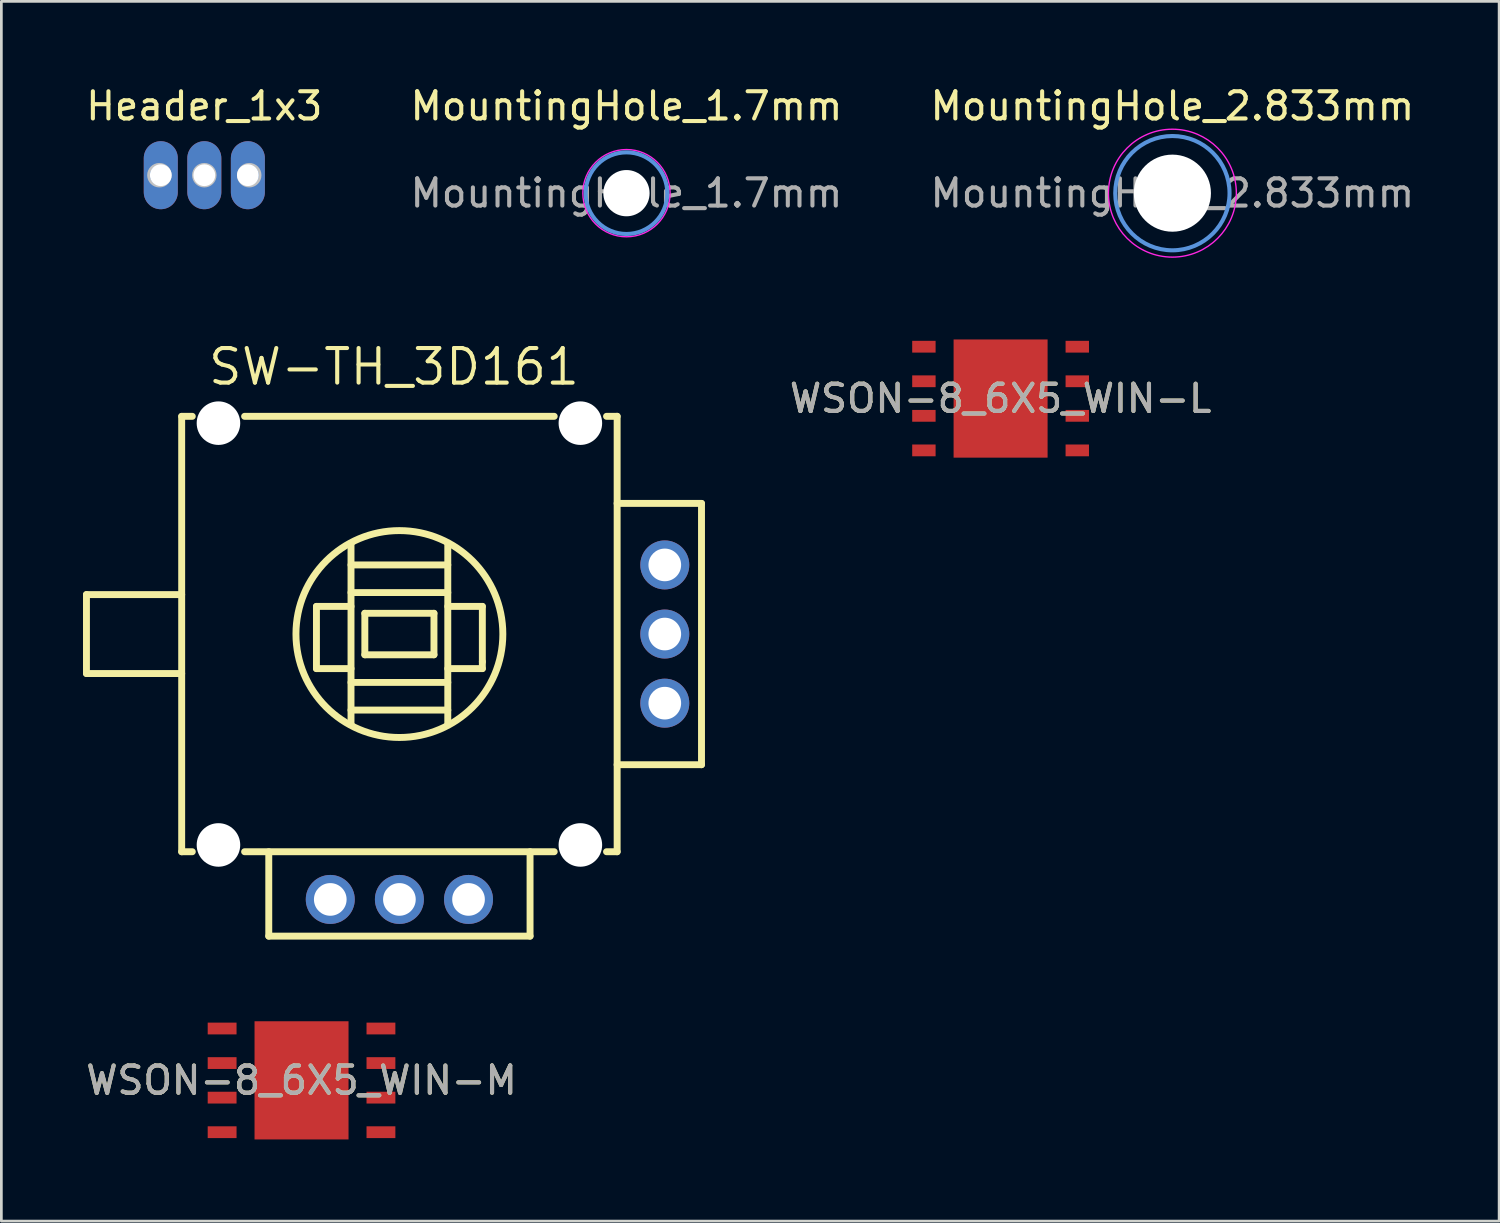
<source format=kicad_pcb>
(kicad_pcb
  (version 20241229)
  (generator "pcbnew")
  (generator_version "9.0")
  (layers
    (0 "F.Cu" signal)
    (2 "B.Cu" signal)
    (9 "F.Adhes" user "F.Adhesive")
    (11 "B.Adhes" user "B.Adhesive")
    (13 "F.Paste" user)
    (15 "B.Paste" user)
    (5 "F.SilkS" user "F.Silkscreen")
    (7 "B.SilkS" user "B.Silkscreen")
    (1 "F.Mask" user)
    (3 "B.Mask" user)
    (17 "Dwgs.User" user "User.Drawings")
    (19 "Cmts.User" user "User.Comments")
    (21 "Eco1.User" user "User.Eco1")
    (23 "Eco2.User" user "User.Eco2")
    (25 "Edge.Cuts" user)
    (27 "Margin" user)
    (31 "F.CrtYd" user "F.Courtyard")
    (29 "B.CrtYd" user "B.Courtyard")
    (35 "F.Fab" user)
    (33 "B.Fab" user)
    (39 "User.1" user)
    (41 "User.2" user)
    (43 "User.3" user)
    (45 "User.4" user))
  (footprint "Header_1x3"
    (layer "F.Cu")
    (at 4.458 3.388)
    (property "Reference" "Header_1x3" (at 0 -2.54 0) (layer "F.SilkS") (effects (font (size 1 1) (thickness 0.15))))
    (attr through_hole)
    (fp_circle (center -1.65 0) (end -1.25 0) (stroke (width 0.1) (type solid)) (fill no) (layer "Dwgs.User"))
    (fp_circle (center 0 0) (end 0.4 0) (stroke (width 0.1) (type solid)) (fill no) (layer "Dwgs.User"))
    (fp_circle (center 1.65 0) (end 2.05 0) (stroke (width 0.1) (type solid)) (fill no) (layer "Dwgs.User"))
    (pad "1" thru_hole oval (at -1.6 0 180) (size 1.25 2.5) (drill 0.8) (layers "*.Cu" "*.Mask"))
    (pad "2" thru_hole oval (at 0 0 180) (size 1.25 2.5) (drill 0.8) (layers "*.Cu" "*.Mask"))
    (pad "3" thru_hole oval (at 1.6 0 180) (size 1.25 2.5) (drill 0.8) (layers "*.Cu" "*.Mask")))
  (footprint "SW-TH_3D161"
    (layer "F.Cu")
    (at 15.232 23.854)
    (property "Reference" "SW-TH_3D161" (at -3.805 -13.425 0) (layer "F.SilkS") (effects (font (size 1.27 1.27) (thickness 0.15))))
    (attr through_hole)
    (fp_line (start -15.105 -5.056) (end -15.105 -2.155) (stroke (width 0.254) (type solid)) (layer "F.SilkS"))
    (fp_line (start -15.105 -5.056) (end -11.606 -5.056) (stroke (width 0.254) (type solid)) (layer "F.SilkS"))
    (fp_line (start -15.105 -2.155) (end -11.606 -2.155) (stroke (width 0.254) (type solid)) (layer "F.SilkS"))
    (fp_line (start -11.606 -11.606) (end -11.216 -11.606) (stroke (width 0.254) (type solid)) (layer "F.SilkS"))
    (fp_line (start -11.606 4.395) (end -11.606 -11.604) (stroke (width 0.254) (type solid)) (layer "F.SilkS"))
    (fp_line (start -11.216 4.393) (end -11.606 4.393) (stroke (width 0.254) (type solid)) (layer "F.SilkS"))
    (fp_line (start -9.294 -11.606) (end 2.083 -11.606) (stroke (width 0.254) (type solid)) (layer "F.SilkS"))
    (fp_line (start -8.406 4.394) (end -8.406 7.495) (stroke (width 0.254) (type solid)) (layer "F.SilkS"))
    (fp_line (start -6.654 -4.622) (end -6.654 -2.336) (stroke (width 0.254) (type solid)) (layer "F.SilkS"))
    (fp_line (start -6.654 -2.336) (end -5.384 -2.336) (stroke (width 0.254) (type solid)) (layer "F.SilkS"))
    (fp_line (start -5.384 -6.908) (end -5.384 -0.304) (stroke (width 0.254) (type solid)) (layer "F.SilkS"))
    (fp_line (start -5.384 -6.146) (end -1.828 -6.146) (stroke (width 0.254) (type solid)) (layer "F.SilkS"))
    (fp_line (start -5.384 -5.13) (end -1.828 -5.13) (stroke (width 0.254) (type solid)) (layer "F.SilkS"))
    (fp_line (start -5.384 -4.622) (end -6.654 -4.622) (stroke (width 0.254) (type solid)) (layer "F.SilkS"))
    (fp_line (start -5.384 -1.828) (end -1.828 -1.828) (stroke (width 0.254) (type solid)) (layer "F.SilkS"))
    (fp_line (start -5.384 -0.812) (end -1.828 -0.812) (stroke (width 0.254) (type solid)) (layer "F.SilkS"))
    (fp_line (start -4.876 -4.368) (end -2.336 -4.368) (stroke (width 0.254) (type solid)) (layer "F.SilkS"))
    (fp_line (start -4.876 -2.844) (end -4.876 -4.368) (stroke (width 0.254) (type solid)) (layer "F.SilkS"))
    (fp_line (start -2.336 -4.368) (end -2.336 -2.844) (stroke (width 0.254) (type solid)) (layer "F.SilkS"))
    (fp_line (start -2.336 -2.844) (end -4.876 -2.844) (stroke (width 0.254) (type solid)) (layer "F.SilkS"))
    (fp_line (start -1.828 -6.908) (end -1.828 -0.304) (stroke (width 0.254) (type solid)) (layer "F.SilkS"))
    (fp_line (start -1.828 -4.622) (end -0.558 -4.622) (stroke (width 0.254) (type solid)) (layer "F.SilkS"))
    (fp_line (start -0.558 -4.622) (end -0.558 -2.59) (stroke (width 0.254) (type solid)) (layer "F.SilkS"))
    (fp_line (start -0.558 -2.59) (end -0.558 -2.336) (stroke (width 0.254) (type solid)) (layer "F.SilkS"))
    (fp_line (start -0.558 -2.336) (end -1.828 -2.336) (stroke (width 0.254) (type solid)) (layer "F.SilkS"))
    (fp_line (start 1.195 4.394) (end 1.195 7.495) (stroke (width 0.254) (type solid)) (layer "F.SilkS"))
    (fp_line (start 1.195 7.495) (end -8.406 7.495) (stroke (width 0.254) (type solid)) (layer "F.SilkS"))
    (fp_line (start 2.083 4.393) (end -9.294 4.393) (stroke (width 0.254) (type solid)) (layer "F.SilkS"))
    (fp_line (start 4.005 -11.606) (end 4.395 -11.606) (stroke (width 0.254) (type solid)) (layer "F.SilkS"))
    (fp_line (start 4.394 -8.406) (end 7.495 -8.406) (stroke (width 0.254) (type solid)) (layer "F.SilkS"))
    (fp_line (start 4.394 1.195) (end 7.495 1.195) (stroke (width 0.254) (type solid)) (layer "F.SilkS"))
    (fp_line (start 4.395 -11.607) (end 4.395 4.393) (stroke (width 0.254) (type solid)) (layer "F.SilkS"))
    (fp_line (start 4.395 4.393) (end 4.005 4.393) (stroke (width 0.254) (type solid)) (layer "F.SilkS"))
    (fp_line (start 7.495 -8.406) (end 7.495 1.195) (stroke (width 0.254) (type solid)) (layer "F.SilkS"))
    (fp_circle (center -3.606 -3.606) (end 0.195 -3.606) (stroke (width 0.254) (type solid)) (fill no) (layer "F.SilkS"))
    (fp_text user "" (at 0 0 0) (layer "Cmts.User") (effects (font (size 1 1) (thickness 0.15))))
    (pad "" np_thru_hole circle (at -10.255 -11.355) (size 1.6 1.6) (drill 1.6) (layers "*.Cu" "*.Mask"))
    (pad "" np_thru_hole circle (at -10.255 4.144) (size 1.6 1.6) (drill 1.6) (layers "*.Cu" "*.Mask"))
    (pad "" np_thru_hole circle (at 3.044 -11.355) (size 1.6 1.6) (drill 1.6) (layers "*.Cu" "*.Mask"))
    (pad "" np_thru_hole circle (at 3.044 4.144) (size 1.6 1.6) (drill 1.6) (layers "*.Cu" "*.Mask"))
    (pad "(1)" thru_hole circle (at -1.066 6.146) (size 1.8 1.8) (drill 1.2) (layers "*.Cu" "*.Paste" "*.Mask"))
    (pad "(2)" thru_hole circle (at -3.606 6.146) (size 1.8 1.8) (drill 1.2) (layers "*.Cu" "*.Paste" "*.Mask"))
    (pad "(3)" thru_hole circle (at -6.146 6.146) (size 1.8 1.8) (drill 1.2) (layers "*.Cu" "*.Paste" "*.Mask"))
    (pad "1" thru_hole circle (at 6.146 -6.146) (size 1.8 1.8) (drill 1.2) (layers "*.Cu" "*.Paste" "*.Mask"))
    (pad "2" thru_hole circle (at 6.146 -3.606) (size 1.8 1.8) (drill 1.2) (layers "*.Cu" "*.Paste" "*.Mask"))
    (pad "3" thru_hole circle (at 6.146 -1.066) (size 1.8 1.8) (drill 1.2) (layers "*.Cu" "*.Paste" "*.Mask")))
  (footprint "WSON-8_6X5_WIN-L"
    (layer "F.Cu")
    (at 33.717 11.595)
    (property "Reference" "WSON-8_6X5_WIN-L" (at 0 0 0) (unlocked yes) (layer "F.SilkS") (effects (font (size 1 1) (thickness 0.15))))
    (attr smd)
    (fp_text user "${REFERENCE}" (at 0 0 0) (unlocked yes) (layer "F.Fab") (effects (font (size 1 1) (thickness 0.15))))
    (pad "1" smd rect (at -2.818 -1.905) (size 0.86 0.433) (layers "F.Cu" "F.Mask" "F.Paste"))
    (pad "2" smd rect (at -2.818 -0.635) (size 0.86 0.433) (layers "F.Cu" "F.Mask" "F.Paste"))
    (pad "3" smd rect (at -2.818 0.635) (size 0.86 0.433) (layers "F.Cu" "F.Mask" "F.Paste"))
    (pad "4" smd rect (at -2.818 1.905) (size 0.86 0.433) (layers "F.Cu" "F.Mask" "F.Paste"))
    (pad "5" smd rect (at 2.818 1.905) (size 0.86 0.433) (layers "F.Cu" "F.Mask" "F.Paste"))
    (pad "6" smd rect (at 2.818 0.635) (size 0.86 0.433) (layers "F.Cu" "F.Mask" "F.Paste"))
    (pad "7" smd rect (at 2.818 -0.635) (size 0.86 0.433) (layers "F.Cu" "F.Mask" "F.Paste"))
    (pad "8" smd rect (at 2.818 -1.905) (size 0.86 0.433) (layers "F.Cu" "F.Mask" "F.Paste"))
    (pad "9" smd rect (at 0 0) (size 3.454 4.343) (layers "F.Cu" "F.Mask" "F.Paste")))
  (footprint "WSON-8_6X5_WIN-M"
    (layer "F.Cu")
    (at 8.03 36.648)
    (property "Reference" "WSON-8_6X5_WIN-M" (at 0 0 0) (unlocked yes) (layer "F.SilkS") (effects (font (size 1 1) (thickness 0.15))))
    (attr smd)
    (fp_text user "${REFERENCE}" (at 0 0 0) (unlocked yes) (layer "F.Fab") (effects (font (size 1 1) (thickness 0.15))))
    (pad "1" smd rect (at -2.918 -1.905) (size 1.06 0.433) (layers "F.Cu" "F.Mask" "F.Paste"))
    (pad "2" smd rect (at -2.918 -0.635) (size 1.06 0.433) (layers "F.Cu" "F.Mask" "F.Paste"))
    (pad "3" smd rect (at -2.918 0.635) (size 1.06 0.433) (layers "F.Cu" "F.Mask" "F.Paste"))
    (pad "4" smd rect (at -2.918 1.905) (size 1.06 0.433) (layers "F.Cu" "F.Mask" "F.Paste"))
    (pad "5" smd rect (at 2.918 1.905) (size 1.06 0.433) (layers "F.Cu" "F.Mask" "F.Paste"))
    (pad "6" smd rect (at 2.918 0.635) (size 1.06 0.433) (layers "F.Cu" "F.Mask" "F.Paste"))
    (pad "7" smd rect (at 2.918 -0.635) (size 1.06 0.433) (layers "F.Cu" "F.Mask" "F.Paste"))
    (pad "8" smd rect (at 2.918 -1.905) (size 1.06 0.433) (layers "F.Cu" "F.Mask" "F.Paste"))
    (pad "9" smd rect (at 0 0) (size 3.454 4.343) (layers "F.Cu" "F.Mask" "F.Paste")))
  (footprint "MountingHole_2.833mm"
    (layer "F.Cu")
    (at 40.03 4.048)
    (property "Reference" "MountingHole_2.833mm" (at 0 -3.2 0) (layer "F.SilkS") (effects (font (size 1 1) (thickness 0.15))))
    (attr exclude_from_pos_files)
    (fp_circle (center 0 0) (end 2.1 0) (stroke (width 0.15) (type solid)) (fill no) (layer "Cmts.User"))
    (fp_circle (center 0 0) (end 2.35 0) (stroke (width 0.05) (type solid)) (fill no) (layer "F.CrtYd"))
    (fp_text user "${REFERENCE}" (at 0 0 0) (layer "F.Fab") (effects (font (size 1 1) (thickness 0.15))))
    (pad "" np_thru_hole circle (at 0 0) (size 2.833 2.833) (drill 2.833) (layers "*.Cu" "*.Mask")))
  (footprint "MountingHole_1.7mm"
    (layer "F.Cu")
    (at 19.97 4.048)
    (property "Reference" "MountingHole_1.7mm" (at 0 -3.2 0) (layer "F.SilkS") (effects (font (size 1 1) (thickness 0.15))))
    (attr exclude_from_pos_files)
    (fp_circle (center 0 0) (end 1.5 0) (stroke (width 0.15) (type solid)) (fill no) (layer "Cmts.User"))
    (fp_circle (center 0 0) (end 1.6 -0.1) (stroke (width 0.05) (type solid)) (fill no) (layer "F.CrtYd"))
    (fp_text user "${REFERENCE}" (at 0 0 0) (layer "F.Fab") (effects (font (size 1 1) (thickness 0.15))))
    (pad "" np_thru_hole circle (at 0 0) (size 1.7 1.7) (drill 1.7) (layers "*.Cu" "*.Mask")))
  (gr_rect
    (start -3 -3)
    (end 52.036 41.82)
    (stroke (width 0.1) (type default))
    (fill no)
    (layer "Edge.Cuts")))
</source>
